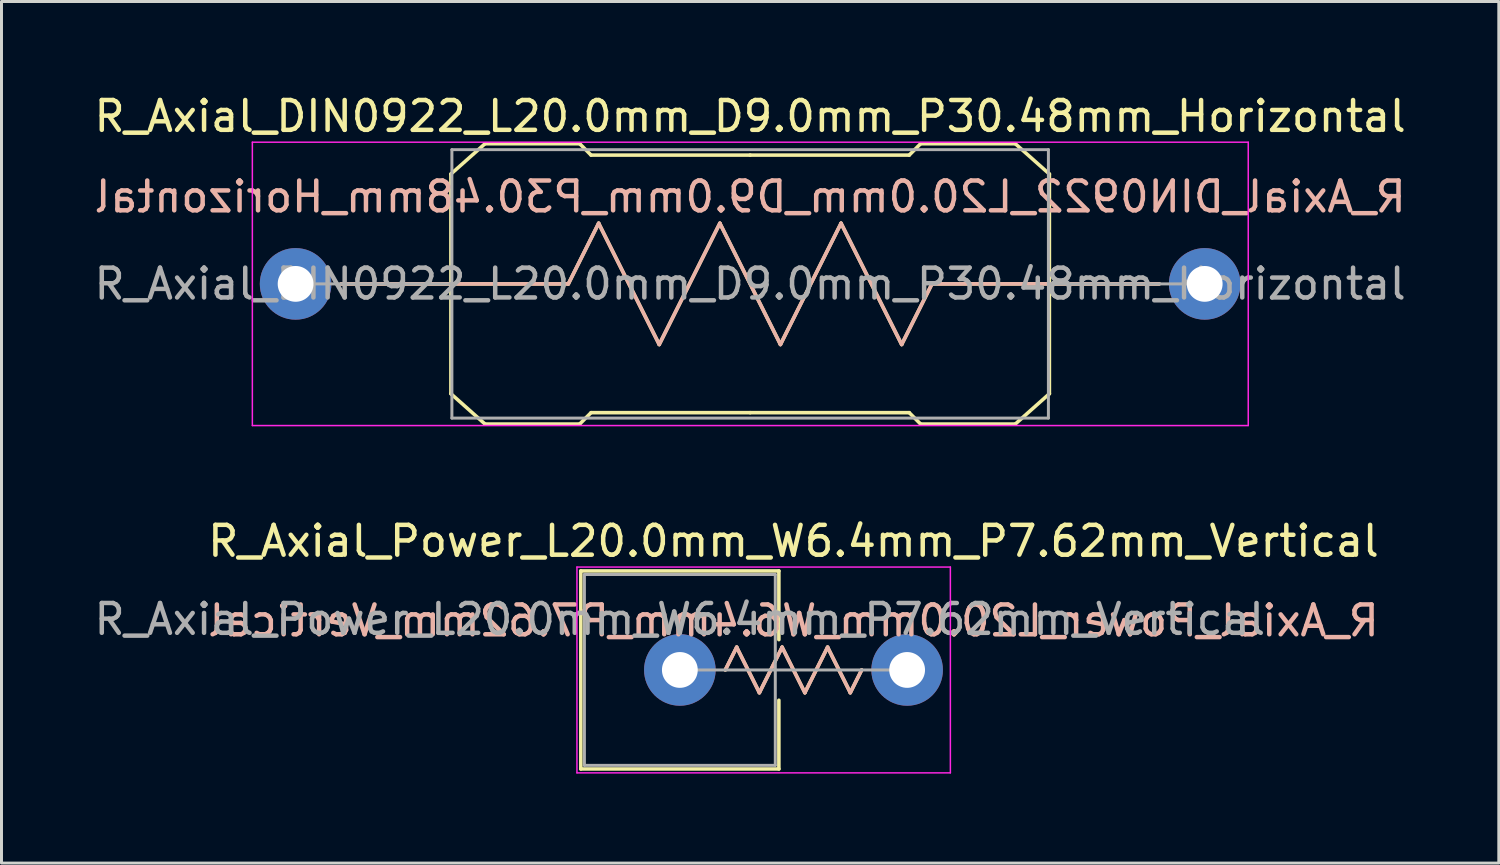
<source format=kicad_pcb>
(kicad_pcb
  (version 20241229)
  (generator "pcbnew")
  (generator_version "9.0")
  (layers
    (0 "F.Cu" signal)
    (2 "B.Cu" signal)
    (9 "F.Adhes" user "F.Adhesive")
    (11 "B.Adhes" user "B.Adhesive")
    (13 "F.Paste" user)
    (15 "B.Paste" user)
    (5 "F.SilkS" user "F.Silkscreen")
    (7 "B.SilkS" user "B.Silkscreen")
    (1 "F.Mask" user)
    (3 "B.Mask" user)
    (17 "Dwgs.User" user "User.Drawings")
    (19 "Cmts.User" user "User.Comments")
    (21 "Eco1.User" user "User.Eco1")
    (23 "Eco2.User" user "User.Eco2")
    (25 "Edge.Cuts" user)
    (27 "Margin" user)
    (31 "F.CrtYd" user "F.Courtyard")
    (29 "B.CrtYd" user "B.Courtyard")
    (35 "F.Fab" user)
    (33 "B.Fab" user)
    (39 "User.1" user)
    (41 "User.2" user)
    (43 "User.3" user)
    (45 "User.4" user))
  (footprint "R_Axial_Power_L20.0mm_W6.4mm_P7.62mm_Vertical"
    (layer "F.Cu")
    (at 19.744 19.412)
    (property "Reference" "R_Axial_Power_L20.0mm_W6.4mm_P7.62mm_Vertical" (at 3.81 -4.32 0) (layer "F.SilkS") (effects (font (size 1 1) (thickness 0.15))))
    (attr through_hole)
    (fp_line (start -3.32 -3.32) (end -3.32 3.32) (stroke (width 0.12) (type solid)) (layer "F.SilkS"))
    (fp_line (start -3.32 3.32) (end 3.32 3.32) (stroke (width 0.12) (type solid)) (layer "F.SilkS"))
    (fp_line (start 1.524 0) (end 1.905 -0.762) (stroke (width 0.12) (type solid)) (layer "F.SilkS"))
    (fp_line (start 1.905 -0.762) (end 2.667 0.762) (stroke (width 0.12) (type solid)) (layer "F.SilkS"))
    (fp_line (start 2.667 0.762) (end 3.429 -0.762) (stroke (width 0.12) (type solid)) (layer "F.SilkS"))
    (fp_line (start 3.32 -3.32) (end -3.32 -3.32) (stroke (width 0.12) (type solid)) (layer "F.SilkS"))
    (fp_line (start 3.32 -1.016) (end 3.32 -3.32) (stroke (width 0.12) (type solid)) (layer "F.SilkS"))
    (fp_line (start 3.32 3.32) (end 3.32 1.016) (stroke (width 0.12) (type solid)) (layer "F.SilkS"))
    (fp_line (start 3.429 -0.762) (end 4.191 0.762) (stroke (width 0.12) (type solid)) (layer "F.SilkS"))
    (fp_line (start 4.191 0.762) (end 4.953 -0.762) (stroke (width 0.12) (type solid)) (layer "F.SilkS"))
    (fp_line (start 4.953 -0.762) (end 5.715 0.762) (stroke (width 0.12) (type solid)) (layer "F.SilkS"))
    (fp_line (start 5.715 0.762) (end 6.096 0) (stroke (width 0.12) (type solid)) (layer "F.SilkS"))
    (fp_line (start 1.524 0) (end 1.905 -0.762) (stroke (width 0.12) (type solid)) (layer "B.SilkS"))
    (fp_line (start 1.905 -0.762) (end 2.667 0.762) (stroke (width 0.12) (type solid)) (layer "B.SilkS"))
    (fp_line (start 2.667 0.762) (end 3.429 -0.762) (stroke (width 0.12) (type solid)) (layer "B.SilkS"))
    (fp_line (start 3.429 -0.762) (end 4.191 0.762) (stroke (width 0.12) (type solid)) (layer "B.SilkS"))
    (fp_line (start 4.191 0.762) (end 4.953 -0.762) (stroke (width 0.12) (type solid)) (layer "B.SilkS"))
    (fp_line (start 4.953 -0.762) (end 5.715 0.762) (stroke (width 0.12) (type solid)) (layer "B.SilkS"))
    (fp_line (start 5.715 0.762) (end 6.096 0) (stroke (width 0.12) (type solid)) (layer "B.SilkS"))
    (fp_line (start -3.45 -3.45) (end -3.45 3.45) (stroke (width 0.05) (type solid)) (layer "F.CrtYd"))
    (fp_line (start -3.45 3.45) (end 9.07 3.45) (stroke (width 0.05) (type solid)) (layer "F.CrtYd"))
    (fp_line (start 9.07 -3.45) (end -3.45 -3.45) (stroke (width 0.05) (type solid)) (layer "F.CrtYd"))
    (fp_line (start 9.07 3.45) (end 9.07 -3.45) (stroke (width 0.05) (type solid)) (layer "F.CrtYd"))
    (fp_line (start -3.2 -3.2) (end -3.2 3.2) (stroke (width 0.1) (type solid)) (layer "F.Fab"))
    (fp_line (start -3.2 3.2) (end 3.2 3.2) (stroke (width 0.1) (type solid)) (layer "F.Fab"))
    (fp_line (start 0 0) (end 7.62 0) (stroke (width 0.1) (type solid)) (layer "F.Fab"))
    (fp_line (start 3.2 -3.2) (end -3.2 -3.2) (stroke (width 0.1) (type solid)) (layer "F.Fab"))
    (fp_line (start 3.2 3.2) (end 3.2 -3.2) (stroke (width 0.1) (type solid)) (layer "F.Fab"))
    (fp_text user "${REFERENCE}" (at 3.81 -1.651 0) (unlocked yes) (layer "B.SilkS") (effects (font (size 1 1) (thickness 0.15)) (justify mirror)))
    (fp_text user "${REFERENCE}" (at 0 -1.7 0) (layer "F.Fab") (effects (font (size 1 1) (thickness 0.15))))
    (pad "1" thru_hole circle (at 0 0) (size 2.4 2.4) (drill 1.2) (layers "*.Cu" "*.Mask"))
    (pad "2" thru_hole oval (at 7.62 0) (size 2.4 2.4) (drill 1.2) (layers "*.Cu" "*.Mask")))
  (footprint "R_Axial_DIN0922_L20.0mm_D9.0mm_P30.48mm_Horizontal"
    (layer "F.Cu")
    (at 6.861 6.468)
    (property "Reference" "R_Axial_DIN0922_L20.0mm_D9.0mm_P30.48mm_Horizontal" (at 15.24 -5.62 0) (layer "F.SilkS") (effects (font (size 1 1) (thickness 0.15))))
    (attr through_hole)
    (fp_line (start 5.207 -3.683) (end 5.207 3.683) (stroke (width 0.12) (type solid)) (layer "F.SilkS"))
    (fp_line (start 5.207 -3.683) (end 6.35 -4.699) (stroke (width 0.12) (type solid)) (layer "F.SilkS"))
    (fp_line (start 5.207 0) (end 1.524 0) (stroke (width 0.12) (type solid)) (layer "F.SilkS"))
    (fp_line (start 5.207 0) (end 9.144 0) (stroke (width 0.12) (type solid)) (layer "F.SilkS"))
    (fp_line (start 5.207 3.683) (end 6.35 4.699) (stroke (width 0.12) (type solid)) (layer "F.SilkS"))
    (fp_line (start 6.35 -4.699) (end 9.525 -4.699) (stroke (width 0.12) (type solid)) (layer "F.SilkS"))
    (fp_line (start 6.35 4.699) (end 9.525 4.699) (stroke (width 0.12) (type solid)) (layer "F.SilkS"))
    (fp_line (start 9.144 0) (end 10.16 -2.032) (stroke (width 0.12) (type solid)) (layer "F.SilkS"))
    (fp_line (start 9.525 -4.699) (end 9.906 -4.318) (stroke (width 0.12) (type solid)) (layer "F.SilkS"))
    (fp_line (start 9.525 4.699) (end 9.906 4.318) (stroke (width 0.12) (type solid)) (layer "F.SilkS"))
    (fp_line (start 9.906 -4.318) (end 15.24 -4.318) (stroke (width 0.12) (type solid)) (layer "F.SilkS"))
    (fp_line (start 9.906 4.318) (end 15.24 4.318) (stroke (width 0.12) (type solid)) (layer "F.SilkS"))
    (fp_line (start 10.16 -2.032) (end 12.192 2.032) (stroke (width 0.12) (type solid)) (layer "F.SilkS"))
    (fp_line (start 12.192 2.032) (end 14.224 -2.032) (stroke (width 0.12) (type solid)) (layer "F.SilkS"))
    (fp_line (start 14.224 -2.032) (end 16.256 2.032) (stroke (width 0.12) (type solid)) (layer "F.SilkS"))
    (fp_line (start 16.256 2.032) (end 18.288 -2.032) (stroke (width 0.12) (type solid)) (layer "F.SilkS"))
    (fp_line (start 18.288 -2.032) (end 20.32 2.032) (stroke (width 0.12) (type solid)) (layer "F.SilkS"))
    (fp_line (start 20.32 2.032) (end 21.336 0) (stroke (width 0.12) (type solid)) (layer "F.SilkS"))
    (fp_line (start 20.574 -4.318) (end 15.24 -4.318) (stroke (width 0.12) (type solid)) (layer "F.SilkS"))
    (fp_line (start 20.574 4.318) (end 15.24 4.318) (stroke (width 0.12) (type solid)) (layer "F.SilkS"))
    (fp_line (start 20.955 -4.699) (end 20.574 -4.318) (stroke (width 0.12) (type solid)) (layer "F.SilkS"))
    (fp_line (start 20.955 4.699) (end 20.574 4.318) (stroke (width 0.12) (type solid)) (layer "F.SilkS"))
    (fp_line (start 24.13 -4.699) (end 20.955 -4.699) (stroke (width 0.12) (type solid)) (layer "F.SilkS"))
    (fp_line (start 24.13 4.699) (end 20.955 4.699) (stroke (width 0.12) (type solid)) (layer "F.SilkS"))
    (fp_line (start 25.273 -3.683) (end 24.13 -4.699) (stroke (width 0.12) (type solid)) (layer "F.SilkS"))
    (fp_line (start 25.273 -3.683) (end 25.273 3.683) (stroke (width 0.12) (type solid)) (layer "F.SilkS"))
    (fp_line (start 25.273 0) (end 21.336 0) (stroke (width 0.12) (type solid)) (layer "F.SilkS"))
    (fp_line (start 25.273 0) (end 28.956 0) (stroke (width 0.12) (type solid)) (layer "F.SilkS"))
    (fp_line (start 25.273 3.683) (end 24.13 4.699) (stroke (width 0.12) (type solid)) (layer "F.SilkS"))
    (fp_line (start 1.524 0) (end 9.144 0) (stroke (width 0.12) (type solid)) (layer "B.SilkS"))
    (fp_line (start 9.144 0) (end 10.16 -2.032) (stroke (width 0.12) (type solid)) (layer "B.SilkS"))
    (fp_line (start 10.16 -2.032) (end 12.192 2.032) (stroke (width 0.12) (type solid)) (layer "B.SilkS"))
    (fp_line (start 12.192 2.032) (end 14.224 -2.032) (stroke (width 0.12) (type solid)) (layer "B.SilkS"))
    (fp_line (start 14.224 -2.032) (end 16.256 2.032) (stroke (width 0.12) (type solid)) (layer "B.SilkS"))
    (fp_line (start 16.256 2.032) (end 18.288 -2.032) (stroke (width 0.12) (type solid)) (layer "B.SilkS"))
    (fp_line (start 18.288 -2.032) (end 20.32 2.032) (stroke (width 0.12) (type solid)) (layer "B.SilkS"))
    (fp_line (start 20.32 2.032) (end 21.336 0) (stroke (width 0.12) (type solid)) (layer "B.SilkS"))
    (fp_line (start 21.336 0) (end 28.956 0) (stroke (width 0.12) (type solid)) (layer "B.SilkS"))
    (fp_line (start -1.45 -4.75) (end -1.45 4.75) (stroke (width 0.05) (type solid)) (layer "F.CrtYd"))
    (fp_line (start -1.45 4.75) (end 31.94 4.75) (stroke (width 0.05) (type solid)) (layer "F.CrtYd"))
    (fp_line (start 31.94 -4.75) (end -1.45 -4.75) (stroke (width 0.05) (type solid)) (layer "F.CrtYd"))
    (fp_line (start 31.94 4.75) (end 31.94 -4.75) (stroke (width 0.05) (type solid)) (layer "F.CrtYd"))
    (fp_line (start 0 0) (end 5.24 0) (stroke (width 0.1) (type solid)) (layer "F.Fab"))
    (fp_line (start 5.24 -4.5) (end 5.24 4.5) (stroke (width 0.1) (type solid)) (layer "F.Fab"))
    (fp_line (start 5.24 4.5) (end 25.24 4.5) (stroke (width 0.1) (type solid)) (layer "F.Fab"))
    (fp_line (start 25.24 -4.5) (end 5.24 -4.5) (stroke (width 0.1) (type solid)) (layer "F.Fab"))
    (fp_line (start 25.24 4.5) (end 25.24 -4.5) (stroke (width 0.1) (type solid)) (layer "F.Fab"))
    (fp_line (start 30.48 0) (end 25.24 0) (stroke (width 0.1) (type solid)) (layer "F.Fab"))
    (fp_text user "${REFERENCE}" (at 15.24 -2.921 0) (unlocked yes) (layer "B.SilkS") (effects (font (size 1 1) (thickness 0.15)) (justify mirror)))
    (fp_text user "${REFERENCE}" (at 15.24 0 0) (layer "F.Fab") (effects (font (size 1 1) (thickness 0.15))))
    (pad "1" thru_hole circle (at 0 0) (size 2.4 2.4) (drill 1.2) (layers "*.Cu" "*.Mask"))
    (pad "2" thru_hole oval (at 30.48 0) (size 2.4 2.4) (drill 1.2) (layers "*.Cu" "*.Mask")))
  (gr_rect
    (start -3 -3)
    (end 47.202 25.887)
    (stroke (width 0.1) (type default))
    (fill no)
    (layer "Edge.Cuts")))
</source>
